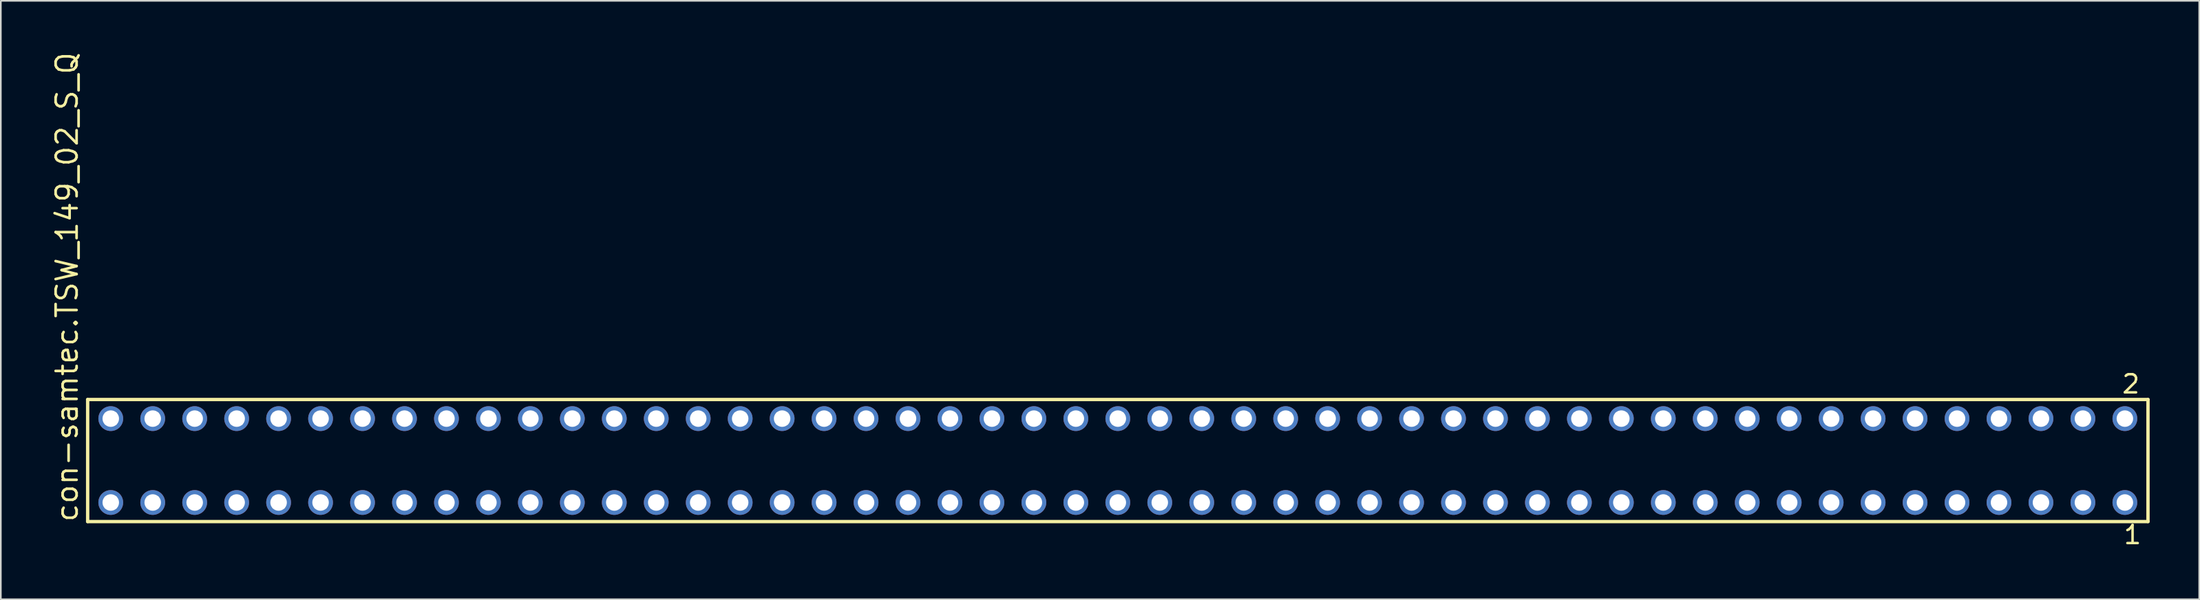
<source format=kicad_pcb>
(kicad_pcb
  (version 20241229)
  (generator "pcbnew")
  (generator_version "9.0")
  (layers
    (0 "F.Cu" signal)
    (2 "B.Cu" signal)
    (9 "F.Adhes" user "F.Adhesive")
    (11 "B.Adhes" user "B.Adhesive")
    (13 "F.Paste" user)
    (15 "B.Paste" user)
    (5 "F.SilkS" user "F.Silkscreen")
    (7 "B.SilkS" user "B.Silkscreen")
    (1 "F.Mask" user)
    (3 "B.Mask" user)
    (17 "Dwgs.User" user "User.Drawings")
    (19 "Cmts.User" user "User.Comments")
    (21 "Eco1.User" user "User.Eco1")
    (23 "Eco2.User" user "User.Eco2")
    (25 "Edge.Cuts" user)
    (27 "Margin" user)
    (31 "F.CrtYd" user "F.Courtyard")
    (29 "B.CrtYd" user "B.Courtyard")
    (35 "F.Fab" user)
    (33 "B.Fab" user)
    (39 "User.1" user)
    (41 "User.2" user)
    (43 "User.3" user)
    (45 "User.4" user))
  (footprint "con-samtec.TSW_149_02_S_Q"
    (layer "F.Cu")
    (at 64.615 24.84)
    (property "Reference" "con-samtec.TSW_149_02_S_Q" (at -62.865 3.81 90) (layer "F.SilkS") (effects (font (size 1.27 1.27) (thickness 0.16)) (justify left bottom)))
    (attr through_hole)
    (fp_line (start -62.359 -3.695) (end 62.359 -3.695) (stroke (width 0.203) (type default)) (layer "F.SilkS"))
    (fp_line (start -62.359 3.695) (end -62.359 -3.695) (stroke (width 0.203) (type default)) (layer "F.SilkS"))
    (fp_line (start 62.359 -3.695) (end 62.359 3.695) (stroke (width 0.203) (type default)) (layer "F.SilkS"))
    (fp_line (start 62.359 3.695) (end -62.359 3.695) (stroke (width 0.203) (type default)) (layer "F.SilkS"))
    (fp_rect (start -61.31 -2.19) (end -60.61 -2.89) (stroke (width 0.05) (type default)) (fill no) (layer "F.Fab"))
    (fp_rect (start -61.31 2.89) (end -60.61 2.19) (stroke (width 0.05) (type default)) (fill no) (layer "F.Fab"))
    (fp_rect (start -58.77 -2.19) (end -58.07 -2.89) (stroke (width 0.05) (type default)) (fill no) (layer "F.Fab"))
    (fp_rect (start -58.77 2.89) (end -58.07 2.19) (stroke (width 0.05) (type default)) (fill no) (layer "F.Fab"))
    (fp_rect (start -56.23 -2.19) (end -55.53 -2.89) (stroke (width 0.05) (type default)) (fill no) (layer "F.Fab"))
    (fp_rect (start -56.23 2.89) (end -55.53 2.19) (stroke (width 0.05) (type default)) (fill no) (layer "F.Fab"))
    (fp_rect (start -53.69 -2.19) (end -52.99 -2.89) (stroke (width 0.05) (type default)) (fill no) (layer "F.Fab"))
    (fp_rect (start -53.69 2.89) (end -52.99 2.19) (stroke (width 0.05) (type default)) (fill no) (layer "F.Fab"))
    (fp_rect (start -51.15 -2.19) (end -50.45 -2.89) (stroke (width 0.05) (type default)) (fill no) (layer "F.Fab"))
    (fp_rect (start -51.15 2.89) (end -50.45 2.19) (stroke (width 0.05) (type default)) (fill no) (layer "F.Fab"))
    (fp_rect (start -48.61 -2.19) (end -47.91 -2.89) (stroke (width 0.05) (type default)) (fill no) (layer "F.Fab"))
    (fp_rect (start -48.61 2.89) (end -47.91 2.19) (stroke (width 0.05) (type default)) (fill no) (layer "F.Fab"))
    (fp_rect (start -46.07 -2.19) (end -45.37 -2.89) (stroke (width 0.05) (type default)) (fill no) (layer "F.Fab"))
    (fp_rect (start -46.07 2.89) (end -45.37 2.19) (stroke (width 0.05) (type default)) (fill no) (layer "F.Fab"))
    (fp_rect (start -43.53 -2.19) (end -42.83 -2.89) (stroke (width 0.05) (type default)) (fill no) (layer "F.Fab"))
    (fp_rect (start -43.53 2.89) (end -42.83 2.19) (stroke (width 0.05) (type default)) (fill no) (layer "F.Fab"))
    (fp_rect (start -40.99 -2.19) (end -40.29 -2.89) (stroke (width 0.05) (type default)) (fill no) (layer "F.Fab"))
    (fp_rect (start -40.99 2.89) (end -40.29 2.19) (stroke (width 0.05) (type default)) (fill no) (layer "F.Fab"))
    (fp_rect (start -38.45 -2.19) (end -37.75 -2.89) (stroke (width 0.05) (type default)) (fill no) (layer "F.Fab"))
    (fp_rect (start -38.45 2.89) (end -37.75 2.19) (stroke (width 0.05) (type default)) (fill no) (layer "F.Fab"))
    (fp_rect (start -35.91 -2.19) (end -35.21 -2.89) (stroke (width 0.05) (type default)) (fill no) (layer "F.Fab"))
    (fp_rect (start -35.91 2.89) (end -35.21 2.19) (stroke (width 0.05) (type default)) (fill no) (layer "F.Fab"))
    (fp_rect (start -33.37 -2.19) (end -32.67 -2.89) (stroke (width 0.05) (type default)) (fill no) (layer "F.Fab"))
    (fp_rect (start -33.37 2.89) (end -32.67 2.19) (stroke (width 0.05) (type default)) (fill no) (layer "F.Fab"))
    (fp_rect (start -30.83 -2.19) (end -30.13 -2.89) (stroke (width 0.05) (type default)) (fill no) (layer "F.Fab"))
    (fp_rect (start -30.83 2.89) (end -30.13 2.19) (stroke (width 0.05) (type default)) (fill no) (layer "F.Fab"))
    (fp_rect (start -28.29 -2.19) (end -27.59 -2.89) (stroke (width 0.05) (type default)) (fill no) (layer "F.Fab"))
    (fp_rect (start -28.29 2.89) (end -27.59 2.19) (stroke (width 0.05) (type default)) (fill no) (layer "F.Fab"))
    (fp_rect (start -25.75 -2.19) (end -25.05 -2.89) (stroke (width 0.05) (type default)) (fill no) (layer "F.Fab"))
    (fp_rect (start -25.75 2.89) (end -25.05 2.19) (stroke (width 0.05) (type default)) (fill no) (layer "F.Fab"))
    (fp_rect (start -23.21 -2.19) (end -22.51 -2.89) (stroke (width 0.05) (type default)) (fill no) (layer "F.Fab"))
    (fp_rect (start -23.21 2.89) (end -22.51 2.19) (stroke (width 0.05) (type default)) (fill no) (layer "F.Fab"))
    (fp_rect (start -20.67 -2.19) (end -19.97 -2.89) (stroke (width 0.05) (type default)) (fill no) (layer "F.Fab"))
    (fp_rect (start -20.67 2.89) (end -19.97 2.19) (stroke (width 0.05) (type default)) (fill no) (layer "F.Fab"))
    (fp_rect (start -18.13 -2.19) (end -17.43 -2.89) (stroke (width 0.05) (type default)) (fill no) (layer "F.Fab"))
    (fp_rect (start -18.13 2.89) (end -17.43 2.19) (stroke (width 0.05) (type default)) (fill no) (layer "F.Fab"))
    (fp_rect (start -15.59 -2.19) (end -14.89 -2.89) (stroke (width 0.05) (type default)) (fill no) (layer "F.Fab"))
    (fp_rect (start -15.59 2.89) (end -14.89 2.19) (stroke (width 0.05) (type default)) (fill no) (layer "F.Fab"))
    (fp_rect (start -13.05 -2.19) (end -12.35 -2.89) (stroke (width 0.05) (type default)) (fill no) (layer "F.Fab"))
    (fp_rect (start -13.05 2.89) (end -12.35 2.19) (stroke (width 0.05) (type default)) (fill no) (layer "F.Fab"))
    (fp_rect (start -10.51 -2.19) (end -9.81 -2.89) (stroke (width 0.05) (type default)) (fill no) (layer "F.Fab"))
    (fp_rect (start -10.51 2.89) (end -9.81 2.19) (stroke (width 0.05) (type default)) (fill no) (layer "F.Fab"))
    (fp_rect (start -7.97 -2.19) (end -7.27 -2.89) (stroke (width 0.05) (type default)) (fill no) (layer "F.Fab"))
    (fp_rect (start -7.97 2.89) (end -7.27 2.19) (stroke (width 0.05) (type default)) (fill no) (layer "F.Fab"))
    (fp_rect (start -5.43 -2.19) (end -4.73 -2.89) (stroke (width 0.05) (type default)) (fill no) (layer "F.Fab"))
    (fp_rect (start -5.43 2.89) (end -4.73 2.19) (stroke (width 0.05) (type default)) (fill no) (layer "F.Fab"))
    (fp_rect (start -2.89 -2.19) (end -2.19 -2.89) (stroke (width 0.05) (type default)) (fill no) (layer "F.Fab"))
    (fp_rect (start -2.89 2.89) (end -2.19 2.19) (stroke (width 0.05) (type default)) (fill no) (layer "F.Fab"))
    (fp_rect (start -0.35 -2.19) (end 0.35 -2.89) (stroke (width 0.05) (type default)) (fill no) (layer "F.Fab"))
    (fp_rect (start -0.35 2.89) (end 0.35 2.19) (stroke (width 0.05) (type default)) (fill no) (layer "F.Fab"))
    (fp_rect (start 2.19 -2.19) (end 2.89 -2.89) (stroke (width 0.05) (type default)) (fill no) (layer "F.Fab"))
    (fp_rect (start 2.19 2.89) (end 2.89 2.19) (stroke (width 0.05) (type default)) (fill no) (layer "F.Fab"))
    (fp_rect (start 4.73 -2.19) (end 5.43 -2.89) (stroke (width 0.05) (type default)) (fill no) (layer "F.Fab"))
    (fp_rect (start 4.73 2.89) (end 5.43 2.19) (stroke (width 0.05) (type default)) (fill no) (layer "F.Fab"))
    (fp_rect (start 7.27 -2.19) (end 7.97 -2.89) (stroke (width 0.05) (type default)) (fill no) (layer "F.Fab"))
    (fp_rect (start 7.27 2.89) (end 7.97 2.19) (stroke (width 0.05) (type default)) (fill no) (layer "F.Fab"))
    (fp_rect (start 9.81 -2.19) (end 10.51 -2.89) (stroke (width 0.05) (type default)) (fill no) (layer "F.Fab"))
    (fp_rect (start 9.81 2.89) (end 10.51 2.19) (stroke (width 0.05) (type default)) (fill no) (layer "F.Fab"))
    (fp_rect (start 12.35 -2.19) (end 13.05 -2.89) (stroke (width 0.05) (type default)) (fill no) (layer "F.Fab"))
    (fp_rect (start 12.35 2.89) (end 13.05 2.19) (stroke (width 0.05) (type default)) (fill no) (layer "F.Fab"))
    (fp_rect (start 14.89 -2.19) (end 15.59 -2.89) (stroke (width 0.05) (type default)) (fill no) (layer "F.Fab"))
    (fp_rect (start 14.89 2.89) (end 15.59 2.19) (stroke (width 0.05) (type default)) (fill no) (layer "F.Fab"))
    (fp_rect (start 17.43 -2.19) (end 18.13 -2.89) (stroke (width 0.05) (type default)) (fill no) (layer "F.Fab"))
    (fp_rect (start 17.43 2.89) (end 18.13 2.19) (stroke (width 0.05) (type default)) (fill no) (layer "F.Fab"))
    (fp_rect (start 19.97 -2.19) (end 20.67 -2.89) (stroke (width 0.05) (type default)) (fill no) (layer "F.Fab"))
    (fp_rect (start 19.97 2.89) (end 20.67 2.19) (stroke (width 0.05) (type default)) (fill no) (layer "F.Fab"))
    (fp_rect (start 22.51 -2.19) (end 23.21 -2.89) (stroke (width 0.05) (type default)) (fill no) (layer "F.Fab"))
    (fp_rect (start 22.51 2.89) (end 23.21 2.19) (stroke (width 0.05) (type default)) (fill no) (layer "F.Fab"))
    (fp_rect (start 25.05 -2.19) (end 25.75 -2.89) (stroke (width 0.05) (type default)) (fill no) (layer "F.Fab"))
    (fp_rect (start 25.05 2.89) (end 25.75 2.19) (stroke (width 0.05) (type default)) (fill no) (layer "F.Fab"))
    (fp_rect (start 27.59 -2.19) (end 28.29 -2.89) (stroke (width 0.05) (type default)) (fill no) (layer "F.Fab"))
    (fp_rect (start 27.59 2.89) (end 28.29 2.19) (stroke (width 0.05) (type default)) (fill no) (layer "F.Fab"))
    (fp_rect (start 30.13 -2.19) (end 30.83 -2.89) (stroke (width 0.05) (type default)) (fill no) (layer "F.Fab"))
    (fp_rect (start 30.13 2.89) (end 30.83 2.19) (stroke (width 0.05) (type default)) (fill no) (layer "F.Fab"))
    (fp_rect (start 32.67 -2.19) (end 33.37 -2.89) (stroke (width 0.05) (type default)) (fill no) (layer "F.Fab"))
    (fp_rect (start 32.67 2.89) (end 33.37 2.19) (stroke (width 0.05) (type default)) (fill no) (layer "F.Fab"))
    (fp_rect (start 35.21 -2.19) (end 35.91 -2.89) (stroke (width 0.05) (type default)) (fill no) (layer "F.Fab"))
    (fp_rect (start 35.21 2.89) (end 35.91 2.19) (stroke (width 0.05) (type default)) (fill no) (layer "F.Fab"))
    (fp_rect (start 37.75 -2.19) (end 38.45 -2.89) (stroke (width 0.05) (type default)) (fill no) (layer "F.Fab"))
    (fp_rect (start 37.75 2.89) (end 38.45 2.19) (stroke (width 0.05) (type default)) (fill no) (layer "F.Fab"))
    (fp_rect (start 40.29 -2.19) (end 40.99 -2.89) (stroke (width 0.05) (type default)) (fill no) (layer "F.Fab"))
    (fp_rect (start 40.29 2.89) (end 40.99 2.19) (stroke (width 0.05) (type default)) (fill no) (layer "F.Fab"))
    (fp_rect (start 42.83 -2.19) (end 43.53 -2.89) (stroke (width 0.05) (type default)) (fill no) (layer "F.Fab"))
    (fp_rect (start 42.83 2.89) (end 43.53 2.19) (stroke (width 0.05) (type default)) (fill no) (layer "F.Fab"))
    (fp_rect (start 45.37 -2.19) (end 46.07 -2.89) (stroke (width 0.05) (type default)) (fill no) (layer "F.Fab"))
    (fp_rect (start 45.37 2.89) (end 46.07 2.19) (stroke (width 0.05) (type default)) (fill no) (layer "F.Fab"))
    (fp_rect (start 47.91 -2.19) (end 48.61 -2.89) (stroke (width 0.05) (type default)) (fill no) (layer "F.Fab"))
    (fp_rect (start 47.91 2.89) (end 48.61 2.19) (stroke (width 0.05) (type default)) (fill no) (layer "F.Fab"))
    (fp_rect (start 50.45 -2.19) (end 51.15 -2.89) (stroke (width 0.05) (type default)) (fill no) (layer "F.Fab"))
    (fp_rect (start 50.45 2.89) (end 51.15 2.19) (stroke (width 0.05) (type default)) (fill no) (layer "F.Fab"))
    (fp_rect (start 52.99 -2.19) (end 53.69 -2.89) (stroke (width 0.05) (type default)) (fill no) (layer "F.Fab"))
    (fp_rect (start 52.99 2.89) (end 53.69 2.19) (stroke (width 0.05) (type default)) (fill no) (layer "F.Fab"))
    (fp_rect (start 55.53 -2.19) (end 56.23 -2.89) (stroke (width 0.05) (type default)) (fill no) (layer "F.Fab"))
    (fp_rect (start 55.53 2.89) (end 56.23 2.19) (stroke (width 0.05) (type default)) (fill no) (layer "F.Fab"))
    (fp_rect (start 58.07 -2.19) (end 58.77 -2.89) (stroke (width 0.05) (type default)) (fill no) (layer "F.Fab"))
    (fp_rect (start 58.07 2.89) (end 58.77 2.19) (stroke (width 0.05) (type default)) (fill no) (layer "F.Fab"))
    (fp_rect (start 60.61 -2.19) (end 61.31 -2.89) (stroke (width 0.05) (type default)) (fill no) (layer "F.Fab"))
    (fp_rect (start 60.61 2.89) (end 61.31 2.19) (stroke (width 0.05) (type default)) (fill no) (layer "F.Fab"))
    (fp_text user "2" (at 60.702 -3.989 0) (layer "F.SilkS") (effects (font (size 1.1 1.1) (thickness 0.15)) (justify left bottom)))
    (fp_text user "1" (at 60.802 5.138 0) (layer "F.SilkS") (effects (font (size 1.1 1.1) (thickness 0.15)) (justify left bottom)))
    (pad "1" thru_hole circle (at 60.96 2.54 180) (size 1.5 1.5) (drill 1) (layers "*.Cu" "*.Mask"))
    (pad "2" thru_hole circle (at 60.96 -2.54 180) (size 1.5 1.5) (drill 1) (layers "*.Cu" "*.Mask"))
    (pad "3" thru_hole circle (at 58.42 2.54 180) (size 1.5 1.5) (drill 1) (layers "*.Cu" "*.Mask"))
    (pad "4" thru_hole circle (at 58.42 -2.54 180) (size 1.5 1.5) (drill 1) (layers "*.Cu" "*.Mask"))
    (pad "5" thru_hole circle (at 55.88 2.54 180) (size 1.5 1.5) (drill 1) (layers "*.Cu" "*.Mask"))
    (pad "6" thru_hole circle (at 55.88 -2.54 180) (size 1.5 1.5) (drill 1) (layers "*.Cu" "*.Mask"))
    (pad "7" thru_hole circle (at 53.34 2.54 180) (size 1.5 1.5) (drill 1) (layers "*.Cu" "*.Mask"))
    (pad "8" thru_hole circle (at 53.34 -2.54 180) (size 1.5 1.5) (drill 1) (layers "*.Cu" "*.Mask"))
    (pad "9" thru_hole circle (at 50.8 2.54 180) (size 1.5 1.5) (drill 1) (layers "*.Cu" "*.Mask"))
    (pad "10" thru_hole circle (at 50.8 -2.54 180) (size 1.5 1.5) (drill 1) (layers "*.Cu" "*.Mask"))
    (pad "11" thru_hole circle (at 48.26 2.54 180) (size 1.5 1.5) (drill 1) (layers "*.Cu" "*.Mask"))
    (pad "12" thru_hole circle (at 48.26 -2.54 180) (size 1.5 1.5) (drill 1) (layers "*.Cu" "*.Mask"))
    (pad "13" thru_hole circle (at 45.72 2.54 180) (size 1.5 1.5) (drill 1) (layers "*.Cu" "*.Mask"))
    (pad "14" thru_hole circle (at 45.72 -2.54 180) (size 1.5 1.5) (drill 1) (layers "*.Cu" "*.Mask"))
    (pad "15" thru_hole circle (at 43.18 2.54 180) (size 1.5 1.5) (drill 1) (layers "*.Cu" "*.Mask"))
    (pad "16" thru_hole circle (at 43.18 -2.54 180) (size 1.5 1.5) (drill 1) (layers "*.Cu" "*.Mask"))
    (pad "17" thru_hole circle (at 40.64 2.54 180) (size 1.5 1.5) (drill 1) (layers "*.Cu" "*.Mask"))
    (pad "18" thru_hole circle (at 40.64 -2.54 180) (size 1.5 1.5) (drill 1) (layers "*.Cu" "*.Mask"))
    (pad "19" thru_hole circle (at 38.1 2.54 180) (size 1.5 1.5) (drill 1) (layers "*.Cu" "*.Mask"))
    (pad "20" thru_hole circle (at 38.1 -2.54 180) (size 1.5 1.5) (drill 1) (layers "*.Cu" "*.Mask"))
    (pad "21" thru_hole circle (at 35.56 2.54 180) (size 1.5 1.5) (drill 1) (layers "*.Cu" "*.Mask"))
    (pad "22" thru_hole circle (at 35.56 -2.54 180) (size 1.5 1.5) (drill 1) (layers "*.Cu" "*.Mask"))
    (pad "23" thru_hole circle (at 33.02 2.54 180) (size 1.5 1.5) (drill 1) (layers "*.Cu" "*.Mask"))
    (pad "24" thru_hole circle (at 33.02 -2.54 180) (size 1.5 1.5) (drill 1) (layers "*.Cu" "*.Mask"))
    (pad "25" thru_hole circle (at 30.48 2.54 180) (size 1.5 1.5) (drill 1) (layers "*.Cu" "*.Mask"))
    (pad "26" thru_hole circle (at 30.48 -2.54 180) (size 1.5 1.5) (drill 1) (layers "*.Cu" "*.Mask"))
    (pad "27" thru_hole circle (at 27.94 2.54 180) (size 1.5 1.5) (drill 1) (layers "*.Cu" "*.Mask"))
    (pad "28" thru_hole circle (at 27.94 -2.54 180) (size 1.5 1.5) (drill 1) (layers "*.Cu" "*.Mask"))
    (pad "29" thru_hole circle (at 25.4 2.54 180) (size 1.5 1.5) (drill 1) (layers "*.Cu" "*.Mask"))
    (pad "30" thru_hole circle (at 25.4 -2.54 180) (size 1.5 1.5) (drill 1) (layers "*.Cu" "*.Mask"))
    (pad "31" thru_hole circle (at 22.86 2.54 180) (size 1.5 1.5) (drill 1) (layers "*.Cu" "*.Mask"))
    (pad "32" thru_hole circle (at 22.86 -2.54 180) (size 1.5 1.5) (drill 1) (layers "*.Cu" "*.Mask"))
    (pad "33" thru_hole circle (at 20.32 2.54 180) (size 1.5 1.5) (drill 1) (layers "*.Cu" "*.Mask"))
    (pad "34" thru_hole circle (at 20.32 -2.54 180) (size 1.5 1.5) (drill 1) (layers "*.Cu" "*.Mask"))
    (pad "35" thru_hole circle (at 17.78 2.54 180) (size 1.5 1.5) (drill 1) (layers "*.Cu" "*.Mask"))
    (pad "36" thru_hole circle (at 17.78 -2.54 180) (size 1.5 1.5) (drill 1) (layers "*.Cu" "*.Mask"))
    (pad "37" thru_hole circle (at 15.24 2.54 180) (size 1.5 1.5) (drill 1) (layers "*.Cu" "*.Mask"))
    (pad "38" thru_hole circle (at 15.24 -2.54 180) (size 1.5 1.5) (drill 1) (layers "*.Cu" "*.Mask"))
    (pad "39" thru_hole circle (at 12.7 2.54 180) (size 1.5 1.5) (drill 1) (layers "*.Cu" "*.Mask"))
    (pad "40" thru_hole circle (at 12.7 -2.54 180) (size 1.5 1.5) (drill 1) (layers "*.Cu" "*.Mask"))
    (pad "41" thru_hole circle (at 10.16 2.54 180) (size 1.5 1.5) (drill 1) (layers "*.Cu" "*.Mask"))
    (pad "42" thru_hole circle (at 10.16 -2.54 180) (size 1.5 1.5) (drill 1) (layers "*.Cu" "*.Mask"))
    (pad "43" thru_hole circle (at 7.62 2.54 180) (size 1.5 1.5) (drill 1) (layers "*.Cu" "*.Mask"))
    (pad "44" thru_hole circle (at 7.62 -2.54 180) (size 1.5 1.5) (drill 1) (layers "*.Cu" "*.Mask"))
    (pad "45" thru_hole circle (at 5.08 2.54 180) (size 1.5 1.5) (drill 1) (layers "*.Cu" "*.Mask"))
    (pad "46" thru_hole circle (at 5.08 -2.54 180) (size 1.5 1.5) (drill 1) (layers "*.Cu" "*.Mask"))
    (pad "47" thru_hole circle (at 2.54 2.54 180) (size 1.5 1.5) (drill 1) (layers "*.Cu" "*.Mask"))
    (pad "48" thru_hole circle (at 2.54 -2.54 180) (size 1.5 1.5) (drill 1) (layers "*.Cu" "*.Mask"))
    (pad "49" thru_hole circle (at 0 2.54 180) (size 1.5 1.5) (drill 1) (layers "*.Cu" "*.Mask"))
    (pad "50" thru_hole circle (at 0 -2.54 180) (size 1.5 1.5) (drill 1) (layers "*.Cu" "*.Mask"))
    (pad "51" thru_hole circle (at -2.54 2.54 180) (size 1.5 1.5) (drill 1) (layers "*.Cu" "*.Mask"))
    (pad "52" thru_hole circle (at -2.54 -2.54 180) (size 1.5 1.5) (drill 1) (layers "*.Cu" "*.Mask"))
    (pad "53" thru_hole circle (at -5.08 2.54 180) (size 1.5 1.5) (drill 1) (layers "*.Cu" "*.Mask"))
    (pad "54" thru_hole circle (at -5.08 -2.54 180) (size 1.5 1.5) (drill 1) (layers "*.Cu" "*.Mask"))
    (pad "55" thru_hole circle (at -7.62 2.54 180) (size 1.5 1.5) (drill 1) (layers "*.Cu" "*.Mask"))
    (pad "56" thru_hole circle (at -7.62 -2.54 180) (size 1.5 1.5) (drill 1) (layers "*.Cu" "*.Mask"))
    (pad "57" thru_hole circle (at -10.16 2.54 180) (size 1.5 1.5) (drill 1) (layers "*.Cu" "*.Mask"))
    (pad "58" thru_hole circle (at -10.16 -2.54 180) (size 1.5 1.5) (drill 1) (layers "*.Cu" "*.Mask"))
    (pad "59" thru_hole circle (at -12.7 2.54 180) (size 1.5 1.5) (drill 1) (layers "*.Cu" "*.Mask"))
    (pad "60" thru_hole circle (at -12.7 -2.54 180) (size 1.5 1.5) (drill 1) (layers "*.Cu" "*.Mask"))
    (pad "61" thru_hole circle (at -15.24 2.54 180) (size 1.5 1.5) (drill 1) (layers "*.Cu" "*.Mask"))
    (pad "62" thru_hole circle (at -15.24 -2.54 180) (size 1.5 1.5) (drill 1) (layers "*.Cu" "*.Mask"))
    (pad "63" thru_hole circle (at -17.78 2.54 180) (size 1.5 1.5) (drill 1) (layers "*.Cu" "*.Mask"))
    (pad "64" thru_hole circle (at -17.78 -2.54 180) (size 1.5 1.5) (drill 1) (layers "*.Cu" "*.Mask"))
    (pad "65" thru_hole circle (at -20.32 2.54 180) (size 1.5 1.5) (drill 1) (layers "*.Cu" "*.Mask"))
    (pad "66" thru_hole circle (at -20.32 -2.54 180) (size 1.5 1.5) (drill 1) (layers "*.Cu" "*.Mask"))
    (pad "67" thru_hole circle (at -22.86 2.54 180) (size 1.5 1.5) (drill 1) (layers "*.Cu" "*.Mask"))
    (pad "68" thru_hole circle (at -22.86 -2.54 180) (size 1.5 1.5) (drill 1) (layers "*.Cu" "*.Mask"))
    (pad "69" thru_hole circle (at -25.4 2.54 180) (size 1.5 1.5) (drill 1) (layers "*.Cu" "*.Mask"))
    (pad "70" thru_hole circle (at -25.4 -2.54 180) (size 1.5 1.5) (drill 1) (layers "*.Cu" "*.Mask"))
    (pad "71" thru_hole circle (at -27.94 2.54 180) (size 1.5 1.5) (drill 1) (layers "*.Cu" "*.Mask"))
    (pad "72" thru_hole circle (at -27.94 -2.54 180) (size 1.5 1.5) (drill 1) (layers "*.Cu" "*.Mask"))
    (pad "73" thru_hole circle (at -30.48 2.54 180) (size 1.5 1.5) (drill 1) (layers "*.Cu" "*.Mask"))
    (pad "74" thru_hole circle (at -30.48 -2.54 180) (size 1.5 1.5) (drill 1) (layers "*.Cu" "*.Mask"))
    (pad "75" thru_hole circle (at -33.02 2.54 180) (size 1.5 1.5) (drill 1) (layers "*.Cu" "*.Mask"))
    (pad "76" thru_hole circle (at -33.02 -2.54 180) (size 1.5 1.5) (drill 1) (layers "*.Cu" "*.Mask"))
    (pad "77" thru_hole circle (at -35.56 2.54 180) (size 1.5 1.5) (drill 1) (layers "*.Cu" "*.Mask"))
    (pad "78" thru_hole circle (at -35.56 -2.54 180) (size 1.5 1.5) (drill 1) (layers "*.Cu" "*.Mask"))
    (pad "79" thru_hole circle (at -38.1 2.54 180) (size 1.5 1.5) (drill 1) (layers "*.Cu" "*.Mask"))
    (pad "80" thru_hole circle (at -38.1 -2.54 180) (size 1.5 1.5) (drill 1) (layers "*.Cu" "*.Mask"))
    (pad "81" thru_hole circle (at -40.64 2.54 180) (size 1.5 1.5) (drill 1) (layers "*.Cu" "*.Mask"))
    (pad "82" thru_hole circle (at -40.64 -2.54 180) (size 1.5 1.5) (drill 1) (layers "*.Cu" "*.Mask"))
    (pad "83" thru_hole circle (at -43.18 2.54 180) (size 1.5 1.5) (drill 1) (layers "*.Cu" "*.Mask"))
    (pad "84" thru_hole circle (at -43.18 -2.54 180) (size 1.5 1.5) (drill 1) (layers "*.Cu" "*.Mask"))
    (pad "85" thru_hole circle (at -45.72 2.54 180) (size 1.5 1.5) (drill 1) (layers "*.Cu" "*.Mask"))
    (pad "86" thru_hole circle (at -45.72 -2.54 180) (size 1.5 1.5) (drill 1) (layers "*.Cu" "*.Mask"))
    (pad "87" thru_hole circle (at -48.26 2.54 180) (size 1.5 1.5) (drill 1) (layers "*.Cu" "*.Mask"))
    (pad "88" thru_hole circle (at -48.26 -2.54 180) (size 1.5 1.5) (drill 1) (layers "*.Cu" "*.Mask"))
    (pad "89" thru_hole circle (at -50.8 2.54 180) (size 1.5 1.5) (drill 1) (layers "*.Cu" "*.Mask"))
    (pad "90" thru_hole circle (at -50.8 -2.54 180) (size 1.5 1.5) (drill 1) (layers "*.Cu" "*.Mask"))
    (pad "91" thru_hole circle (at -53.34 2.54 180) (size 1.5 1.5) (drill 1) (layers "*.Cu" "*.Mask"))
    (pad "92" thru_hole circle (at -53.34 -2.54 180) (size 1.5 1.5) (drill 1) (layers "*.Cu" "*.Mask"))
    (pad "93" thru_hole circle (at -55.88 2.54 180) (size 1.5 1.5) (drill 1) (layers "*.Cu" "*.Mask"))
    (pad "94" thru_hole circle (at -55.88 -2.54 180) (size 1.5 1.5) (drill 1) (layers "*.Cu" "*.Mask"))
    (pad "95" thru_hole circle (at -58.42 2.54 180) (size 1.5 1.5) (drill 1) (layers "*.Cu" "*.Mask"))
    (pad "96" thru_hole circle (at -58.42 -2.54 180) (size 1.5 1.5) (drill 1) (layers "*.Cu" "*.Mask"))
    (pad "97" thru_hole circle (at -60.96 2.54 180) (size 1.5 1.5) (drill 1) (layers "*.Cu" "*.Mask"))
    (pad "98" thru_hole circle (at -60.96 -2.54 180) (size 1.5 1.5) (drill 1) (layers "*.Cu" "*.Mask")))
  (gr_rect
    (start -3 -3)
    (end 130.076 33.241)
    (stroke (width 0.1) (type default))
    (fill no)
    (layer "Edge.Cuts")))
</source>
